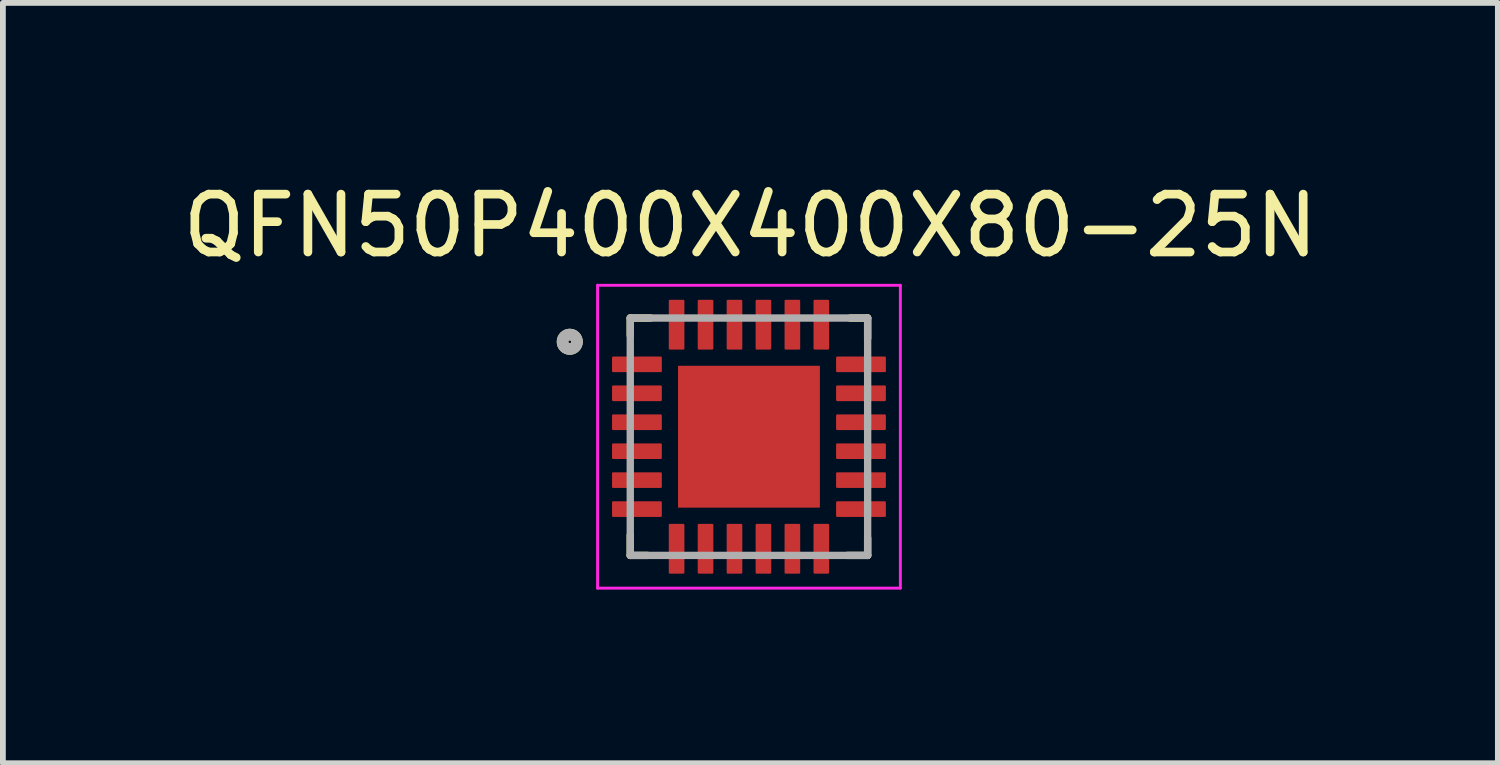
<source format=kicad_pcb>
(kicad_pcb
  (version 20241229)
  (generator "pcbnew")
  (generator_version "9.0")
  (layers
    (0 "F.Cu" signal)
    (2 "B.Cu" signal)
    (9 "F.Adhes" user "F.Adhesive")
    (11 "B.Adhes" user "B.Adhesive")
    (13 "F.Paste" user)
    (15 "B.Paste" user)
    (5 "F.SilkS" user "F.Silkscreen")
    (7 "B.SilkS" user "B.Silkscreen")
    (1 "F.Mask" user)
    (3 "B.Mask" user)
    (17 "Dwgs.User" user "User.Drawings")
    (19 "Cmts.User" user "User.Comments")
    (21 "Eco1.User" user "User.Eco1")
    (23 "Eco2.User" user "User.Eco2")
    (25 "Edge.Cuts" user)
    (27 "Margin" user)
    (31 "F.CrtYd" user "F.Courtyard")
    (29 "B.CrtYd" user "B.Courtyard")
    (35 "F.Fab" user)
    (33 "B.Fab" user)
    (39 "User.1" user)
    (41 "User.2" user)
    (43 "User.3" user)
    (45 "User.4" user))
  (footprint "QFN50P400X400X80-25N"
    (layer "F.Cu")
    (at 9.886 4.493)
    (property "Reference" "QFN50P400X400X80-25N" (at 0.025 -3.645 0) (layer "F.SilkS") (effects (font (size 1 1) (thickness 0.15))))
    (attr through_hole)
    (fp_line (start -2.05 -2.05) (end -2.05 -1.75) (stroke (width 0.127) (type solid)) (layer "F.SilkS"))
    (fp_line (start -2.05 1.7) (end -2.05 2.05) (stroke (width 0.127) (type solid)) (layer "F.SilkS"))
    (fp_line (start -2.05 2.05) (end -1.75 2.05) (stroke (width 0.127) (type solid)) (layer "F.SilkS"))
    (fp_line (start -1.7 -2.05) (end -2.05 -2.05) (stroke (width 0.127) (type solid)) (layer "F.SilkS"))
    (fp_line (start 1.7 2.05) (end 2.05 2.05) (stroke (width 0.127) (type solid)) (layer "F.SilkS"))
    (fp_line (start 2.05 -2.05) (end 1.75 -2.05) (stroke (width 0.127) (type solid)) (layer "F.SilkS"))
    (fp_line (start 2.05 -1.7) (end 2.05 -2.05) (stroke (width 0.127) (type solid)) (layer "F.SilkS"))
    (fp_line (start 2.05 2.05) (end 2.05 1.75) (stroke (width 0.127) (type solid)) (layer "F.SilkS"))
    (fp_circle (center -3.095 -1.64) (end -2.97 -1.64) (stroke (width 0.2) (type solid)) (fill no) (layer "F.SilkS"))
    (fp_poly (pts (xy -0.99 -0.99) (xy -0.12 -0.99) (xy -0.12 -0.12) (xy -0.99 -0.12)) (stroke (width 0.01) (type solid)) (fill yes) (layer "F.Paste"))
    (fp_poly (pts (xy -0.99 0.12) (xy -0.12 0.12) (xy -0.12 0.99) (xy -0.99 0.99)) (stroke (width 0.01) (type solid)) (fill yes) (layer "F.Paste"))
    (fp_poly (pts (xy 0.12 -0.99) (xy 0.99 -0.99) (xy 0.99 -0.12) (xy 0.12 -0.12)) (stroke (width 0.01) (type solid)) (fill yes) (layer "F.Paste"))
    (fp_poly (pts (xy 0.12 0.12) (xy 0.99 0.12) (xy 0.99 0.99) (xy 0.12 0.99)) (stroke (width 0.01) (type solid)) (fill yes) (layer "F.Paste"))
    (fp_line (start -2.615 -2.615) (end 2.615 -2.615) (stroke (width 0.05) (type solid)) (layer "F.CrtYd"))
    (fp_line (start -2.615 2.615) (end -2.615 -2.615) (stroke (width 0.05) (type solid)) (layer "F.CrtYd"))
    (fp_line (start 2.615 -2.615) (end 2.615 2.615) (stroke (width 0.05) (type solid)) (layer "F.CrtYd"))
    (fp_line (start 2.615 2.615) (end -2.615 2.615) (stroke (width 0.05) (type solid)) (layer "F.CrtYd"))
    (fp_line (start -2.05 -2.05) (end 2.05 -2.05) (stroke (width 0.127) (type solid)) (layer "F.Fab"))
    (fp_line (start -2.05 2.05) (end -2.05 -2.05) (stroke (width 0.127) (type solid)) (layer "F.Fab"))
    (fp_line (start 2.05 -2.05) (end 2.05 2.05) (stroke (width 0.127) (type solid)) (layer "F.Fab"))
    (fp_line (start 2.05 2.05) (end -2.05 2.05) (stroke (width 0.127) (type solid)) (layer "F.Fab"))
    (fp_circle (center -3.095 -1.64) (end -2.97 -1.64) (stroke (width 0.2) (type solid)) (fill no) (layer "F.Fab"))
    (pad "1" smd roundrect (at -1.935 -1.25) (size 0.86 0.27) (layers "F.Cu" "F.Mask" "F.Paste") (roundrect_rratio 0.07))
    (pad "2" smd roundrect (at -1.935 -0.75) (size 0.86 0.27) (layers "F.Cu" "F.Mask" "F.Paste") (roundrect_rratio 0.07))
    (pad "3" smd roundrect (at -1.935 -0.25) (size 0.86 0.27) (layers "F.Cu" "F.Mask" "F.Paste") (roundrect_rratio 0.07))
    (pad "4" smd roundrect (at -1.935 0.25) (size 0.86 0.27) (layers "F.Cu" "F.Mask" "F.Paste") (roundrect_rratio 0.07))
    (pad "5" smd roundrect (at -1.935 0.75) (size 0.86 0.27) (layers "F.Cu" "F.Mask" "F.Paste") (roundrect_rratio 0.07))
    (pad "6" smd roundrect (at -1.935 1.25) (size 0.86 0.27) (layers "F.Cu" "F.Mask" "F.Paste") (roundrect_rratio 0.07))
    (pad "7" smd roundrect (at -1.25 1.935 90) (size 0.86 0.27) (layers "F.Cu" "F.Mask" "F.Paste") (roundrect_rratio 0.07))
    (pad "8" smd roundrect (at -0.75 1.935 90) (size 0.86 0.27) (layers "F.Cu" "F.Mask" "F.Paste") (roundrect_rratio 0.07))
    (pad "9" smd roundrect (at -0.25 1.935 90) (size 0.86 0.27) (layers "F.Cu" "F.Mask" "F.Paste") (roundrect_rratio 0.07))
    (pad "10" smd roundrect (at 0.25 1.935 90) (size 0.86 0.27) (layers "F.Cu" "F.Mask" "F.Paste") (roundrect_rratio 0.07))
    (pad "11" smd roundrect (at 0.75 1.935 90) (size 0.86 0.27) (layers "F.Cu" "F.Mask" "F.Paste") (roundrect_rratio 0.07))
    (pad "12" smd roundrect (at 1.25 1.935 90) (size 0.86 0.27) (layers "F.Cu" "F.Mask" "F.Paste") (roundrect_rratio 0.07))
    (pad "13" smd roundrect (at 1.935 1.25) (size 0.86 0.27) (layers "F.Cu" "F.Mask" "F.Paste") (roundrect_rratio 0.07))
    (pad "14" smd roundrect (at 1.935 0.75) (size 0.86 0.27) (layers "F.Cu" "F.Mask" "F.Paste") (roundrect_rratio 0.07))
    (pad "15" smd roundrect (at 1.935 0.25) (size 0.86 0.27) (layers "F.Cu" "F.Mask" "F.Paste") (roundrect_rratio 0.07))
    (pad "16" smd roundrect (at 1.935 -0.25) (size 0.86 0.27) (layers "F.Cu" "F.Mask" "F.Paste") (roundrect_rratio 0.07))
    (pad "17" smd roundrect (at 1.935 -0.75) (size 0.86 0.27) (layers "F.Cu" "F.Mask" "F.Paste") (roundrect_rratio 0.07))
    (pad "18" smd roundrect (at 1.935 -1.25) (size 0.86 0.27) (layers "F.Cu" "F.Mask" "F.Paste") (roundrect_rratio 0.07))
    (pad "19" smd roundrect (at 1.25 -1.935 90) (size 0.86 0.27) (layers "F.Cu" "F.Mask" "F.Paste") (roundrect_rratio 0.07))
    (pad "20" smd roundrect (at 0.75 -1.935 90) (size 0.86 0.27) (layers "F.Cu" "F.Mask" "F.Paste") (roundrect_rratio 0.07))
    (pad "21" smd roundrect (at 0.25 -1.935 90) (size 0.86 0.27) (layers "F.Cu" "F.Mask" "F.Paste") (roundrect_rratio 0.07))
    (pad "22" smd roundrect (at -0.25 -1.935 90) (size 0.86 0.27) (layers "F.Cu" "F.Mask" "F.Paste") (roundrect_rratio 0.07))
    (pad "23" smd roundrect (at -0.75 -1.935 90) (size 0.86 0.27) (layers "F.Cu" "F.Mask" "F.Paste") (roundrect_rratio 0.07))
    (pad "24" smd roundrect (at -1.25 -1.935 90) (size 0.86 0.27) (layers "F.Cu" "F.Mask" "F.Paste") (roundrect_rratio 0.07))
    (pad "25" smd rect (at 0 0) (size 2.45 2.45) (layers "F.Cu" "F.Mask")))
  (gr_rect
    (start -3 -3)
    (end 22.821 10.133)
    (stroke (width 0.1) (type default))
    (fill no)
    (layer "Edge.Cuts")))
</source>
